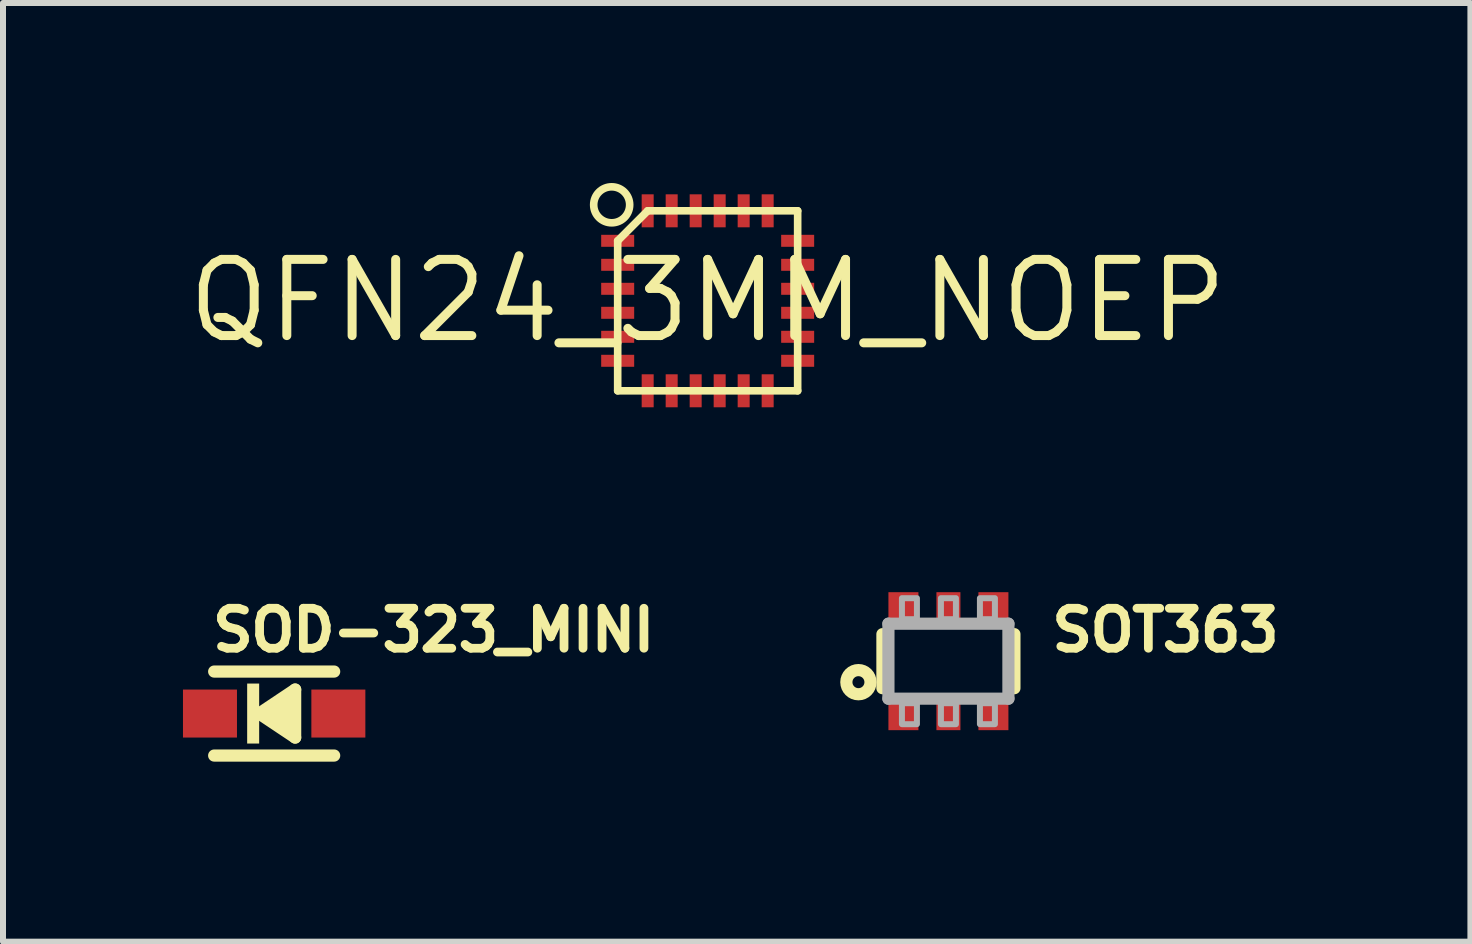
<source format=kicad_pcb>
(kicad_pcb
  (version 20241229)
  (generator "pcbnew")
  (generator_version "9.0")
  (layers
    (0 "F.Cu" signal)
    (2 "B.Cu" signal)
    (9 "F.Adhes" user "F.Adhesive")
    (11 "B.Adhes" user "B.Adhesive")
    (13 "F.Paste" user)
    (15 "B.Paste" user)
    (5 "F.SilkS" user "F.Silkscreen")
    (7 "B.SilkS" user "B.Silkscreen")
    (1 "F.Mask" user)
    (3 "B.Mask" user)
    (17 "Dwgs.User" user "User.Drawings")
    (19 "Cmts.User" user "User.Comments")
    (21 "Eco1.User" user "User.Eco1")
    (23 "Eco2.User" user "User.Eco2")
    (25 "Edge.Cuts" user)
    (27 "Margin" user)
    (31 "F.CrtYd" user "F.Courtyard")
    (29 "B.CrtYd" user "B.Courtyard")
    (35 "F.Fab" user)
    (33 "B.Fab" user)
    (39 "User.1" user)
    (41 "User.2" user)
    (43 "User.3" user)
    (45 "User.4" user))
  (footprint "QFN24_3MM_NOEP"
    (layer "F.Cu")
    (at 8.746 1.964)
    (property "Reference" "QFN24_3MM_NOEP" (at 0 0 0) (layer "F.SilkS") (effects (font (size 1.27 1.27) (thickness 0.15))))
    (fp_line (start -1.5 -1) (end -1 -1.5) (stroke (width 0.127) (type solid)) (layer "F.SilkS"))
    (fp_line (start -1.5 1.5) (end -1.5 -1) (stroke (width 0.127) (type solid)) (layer "F.SilkS"))
    (fp_line (start -1 -1.5) (end 1.5 -1.5) (stroke (width 0.127) (type solid)) (layer "F.SilkS"))
    (fp_line (start 1.5 -1.5) (end 1.5 1.5) (stroke (width 0.127) (type solid)) (layer "F.SilkS"))
    (fp_line (start 1.5 1.5) (end -1.5 1.5) (stroke (width 0.127) (type solid)) (layer "F.SilkS"))
    (fp_circle (center -1.6 -1.6) (end -1.3 -1.6) (stroke (width 0.127) (type solid)) (fill no) (layer "F.SilkS"))
    (pad "1" smd rect (at -1.5 -1 90) (size 0.2 0.55) (layers "F.Cu" "F.Mask" "F.Paste"))
    (pad "2" smd rect (at -1.5 -0.6 90) (size 0.2 0.55) (layers "F.Cu" "F.Mask" "F.Paste"))
    (pad "3" smd rect (at -1.5 -0.2 90) (size 0.2 0.55) (layers "F.Cu" "F.Mask" "F.Paste"))
    (pad "4" smd rect (at -1.5 0.2 90) (size 0.2 0.55) (layers "F.Cu" "F.Mask" "F.Paste"))
    (pad "5" smd rect (at -1.5 0.6 90) (size 0.2 0.55) (layers "F.Cu" "F.Mask" "F.Paste"))
    (pad "6" smd rect (at -1.5 1 90) (size 0.2 0.55) (layers "F.Cu" "F.Mask" "F.Paste"))
    (pad "7" smd rect (at -1 1.5 180) (size 0.2 0.55) (layers "F.Cu" "F.Mask" "F.Paste"))
    (pad "8" smd rect (at -0.6 1.5 180) (size 0.2 0.55) (layers "F.Cu" "F.Mask" "F.Paste"))
    (pad "9" smd rect (at -0.2 1.5 180) (size 0.2 0.55) (layers "F.Cu" "F.Mask" "F.Paste"))
    (pad "10" smd rect (at 0.2 1.5 180) (size 0.2 0.55) (layers "F.Cu" "F.Mask" "F.Paste"))
    (pad "11" smd rect (at 0.6 1.5 180) (size 0.2 0.55) (layers "F.Cu" "F.Mask" "F.Paste"))
    (pad "12" smd rect (at 1 1.5 180) (size 0.2 0.55) (layers "F.Cu" "F.Mask" "F.Paste"))
    (pad "13" smd rect (at 1.5 1 90) (size 0.2 0.55) (layers "F.Cu" "F.Mask" "F.Paste"))
    (pad "14" smd rect (at 1.5 0.6 90) (size 0.2 0.55) (layers "F.Cu" "F.Mask" "F.Paste"))
    (pad "15" smd rect (at 1.5 0.2 90) (size 0.2 0.55) (layers "F.Cu" "F.Mask" "F.Paste"))
    (pad "16" smd rect (at 1.5 -0.2 90) (size 0.2 0.55) (layers "F.Cu" "F.Mask" "F.Paste"))
    (pad "17" smd rect (at 1.5 -0.6 90) (size 0.2 0.55) (layers "F.Cu" "F.Mask" "F.Paste"))
    (pad "18" smd rect (at 1.5 -1 90) (size 0.2 0.55) (layers "F.Cu" "F.Mask" "F.Paste"))
    (pad "19" smd rect (at 1 -1.5 180) (size 0.2 0.55) (layers "F.Cu" "F.Mask" "F.Paste"))
    (pad "20" smd rect (at 0.6 -1.5 180) (size 0.2 0.55) (layers "F.Cu" "F.Mask" "F.Paste"))
    (pad "21" smd rect (at 0.2 -1.5 180) (size 0.2 0.55) (layers "F.Cu" "F.Mask" "F.Paste"))
    (pad "22" smd rect (at -0.2 -1.5 180) (size 0.2 0.55) (layers "F.Cu" "F.Mask" "F.Paste"))
    (pad "23" smd rect (at -0.6 -1.5 180) (size 0.2 0.55) (layers "F.Cu" "F.Mask" "F.Paste"))
    (pad "24" smd rect (at -1 -1.5 180) (size 0.2 0.55) (layers "F.Cu" "F.Mask" "F.Paste")))
  (footprint "SOT363"
    (layer "F.Cu")
    (at 12.759 7.971)
    (property "Reference" "SOT363" (at 1.651 -0.127 0) (layer "F.SilkS") (effects (font (size 0.666 0.666) (thickness 0.146)) (justify left bottom)))
    (fp_line (start -1.1 -0.45) (end -1.1 0.45) (stroke (width 0.203) (type solid)) (layer "F.SilkS"))
    (fp_line (start 1.1 -0.45) (end 1.1 0.45) (stroke (width 0.203) (type solid)) (layer "F.SilkS"))
    (fp_circle (center -1.5 0.35) (end -1.4 0.35) (stroke (width 0.203) (type solid)) (fill no) (layer "F.SilkS"))
    (fp_line (start -1 -0.625) (end 1 -0.625) (stroke (width 0.203) (type solid)) (layer "F.Fab"))
    (fp_line (start -1 0.625) (end -1 -0.625) (stroke (width 0.203) (type solid)) (layer "F.Fab"))
    (fp_line (start 1 -0.625) (end 1 0.625) (stroke (width 0.203) (type solid)) (layer "F.Fab"))
    (fp_line (start 1 0.625) (end -1 0.625) (stroke (width 0.203) (type solid)) (layer "F.Fab"))
    (fp_poly (pts (xy -0.775 -0.7) (xy -0.525 -0.7) (xy -0.525 -1.05) (xy -0.775 -1.05)) (stroke (width 0.1) (type solid)) (fill no) (layer "F.Fab"))
    (fp_poly (pts (xy -0.775 1.05) (xy -0.525 1.05) (xy -0.525 0.7) (xy -0.775 0.7)) (stroke (width 0.1) (type solid)) (fill no) (layer "F.Fab"))
    (fp_poly (pts (xy -0.125 -0.7) (xy 0.125 -0.7) (xy 0.125 -1.05) (xy -0.125 -1.05)) (stroke (width 0.1) (type solid)) (fill no) (layer "F.Fab"))
    (fp_poly (pts (xy -0.125 1.05) (xy 0.125 1.05) (xy 0.125 0.7) (xy -0.125 0.7)) (stroke (width 0.1) (type solid)) (fill no) (layer "F.Fab"))
    (fp_poly (pts (xy 0.525 -0.7) (xy 0.775 -0.7) (xy 0.775 -1.05) (xy 0.525 -1.05)) (stroke (width 0.1) (type solid)) (fill no) (layer "F.Fab"))
    (fp_poly (pts (xy 0.525 1.05) (xy 0.775 1.05) (xy 0.775 0.7) (xy 0.525 0.7)) (stroke (width 0.1) (type solid)) (fill no) (layer "F.Fab"))
    (pad "1" smd rect (at -0.75 0.9) (size 0.5 0.5) (layers "F.Cu" "F.Mask" "F.Paste"))
    (pad "2" smd rect (at 0 0.9) (size 0.4 0.5) (layers "F.Cu" "F.Mask" "F.Paste"))
    (pad "3" smd rect (at 0.75 0.9) (size 0.5 0.5) (layers "F.Cu" "F.Mask" "F.Paste"))
    (pad "4" smd rect (at 0.75 -0.9) (size 0.5 0.5) (layers "F.Cu" "F.Mask" "F.Paste"))
    (pad "5" smd rect (at 0 -0.9) (size 0.4 0.5) (layers "F.Cu" "F.Mask" "F.Paste"))
    (pad "6" smd rect (at -0.75 -0.9) (size 0.5 0.5) (layers "F.Cu" "F.Mask" "F.Paste")))
  (footprint "SOD-323_MINI"
    (layer "F.Cu")
    (at 1.52 8.844)
    (property "Reference" "SOD-323_MINI" (at -1.1 -1 0) (layer "F.SilkS") (effects (font (size 0.666 0.666) (thickness 0.146)) (justify left bottom)))
    (fp_line (start -1 -0.7) (end 1 -0.7) (stroke (width 0.203) (type solid)) (layer "F.SilkS"))
    (fp_line (start -0.25 0) (end 0.35 -0.4) (stroke (width 0.203) (type solid)) (layer "F.SilkS"))
    (fp_line (start 0.35 -0.4) (end 0.35 0.4) (stroke (width 0.203) (type solid)) (layer "F.SilkS"))
    (fp_line (start 0.35 0.4) (end -0.25 0) (stroke (width 0.203) (type solid)) (layer "F.SilkS"))
    (fp_line (start 1 0.7) (end -1 0.7) (stroke (width 0.203) (type solid)) (layer "F.SilkS"))
    (fp_poly (pts (xy 0.302 0.39) (xy -0.283 0) (xy 0.302 -0.39)) (stroke (width 0) (type solid)) (fill yes) (layer "F.SilkS"))
    (fp_poly (pts (xy -0.45 0.5) (xy -0.25 0.5) (xy -0.25 -0.5) (xy -0.45 -0.5)) (stroke (width 0) (type solid)) (fill yes) (layer "F.SilkS"))
    (pad "A" smd rect (at 1.07 0) (size 0.9 0.8) (layers "F.Cu" "F.Mask" "F.Paste"))
    (pad "C" smd rect (at -1.07 0) (size 0.9 0.8) (layers "F.Cu" "F.Mask" "F.Paste")))
  (gr_rect
    (start -3 -3)
    (end 21.46 12.646)
    (stroke (width 0.1) (type default))
    (fill no)
    (layer "Edge.Cuts")))
</source>
